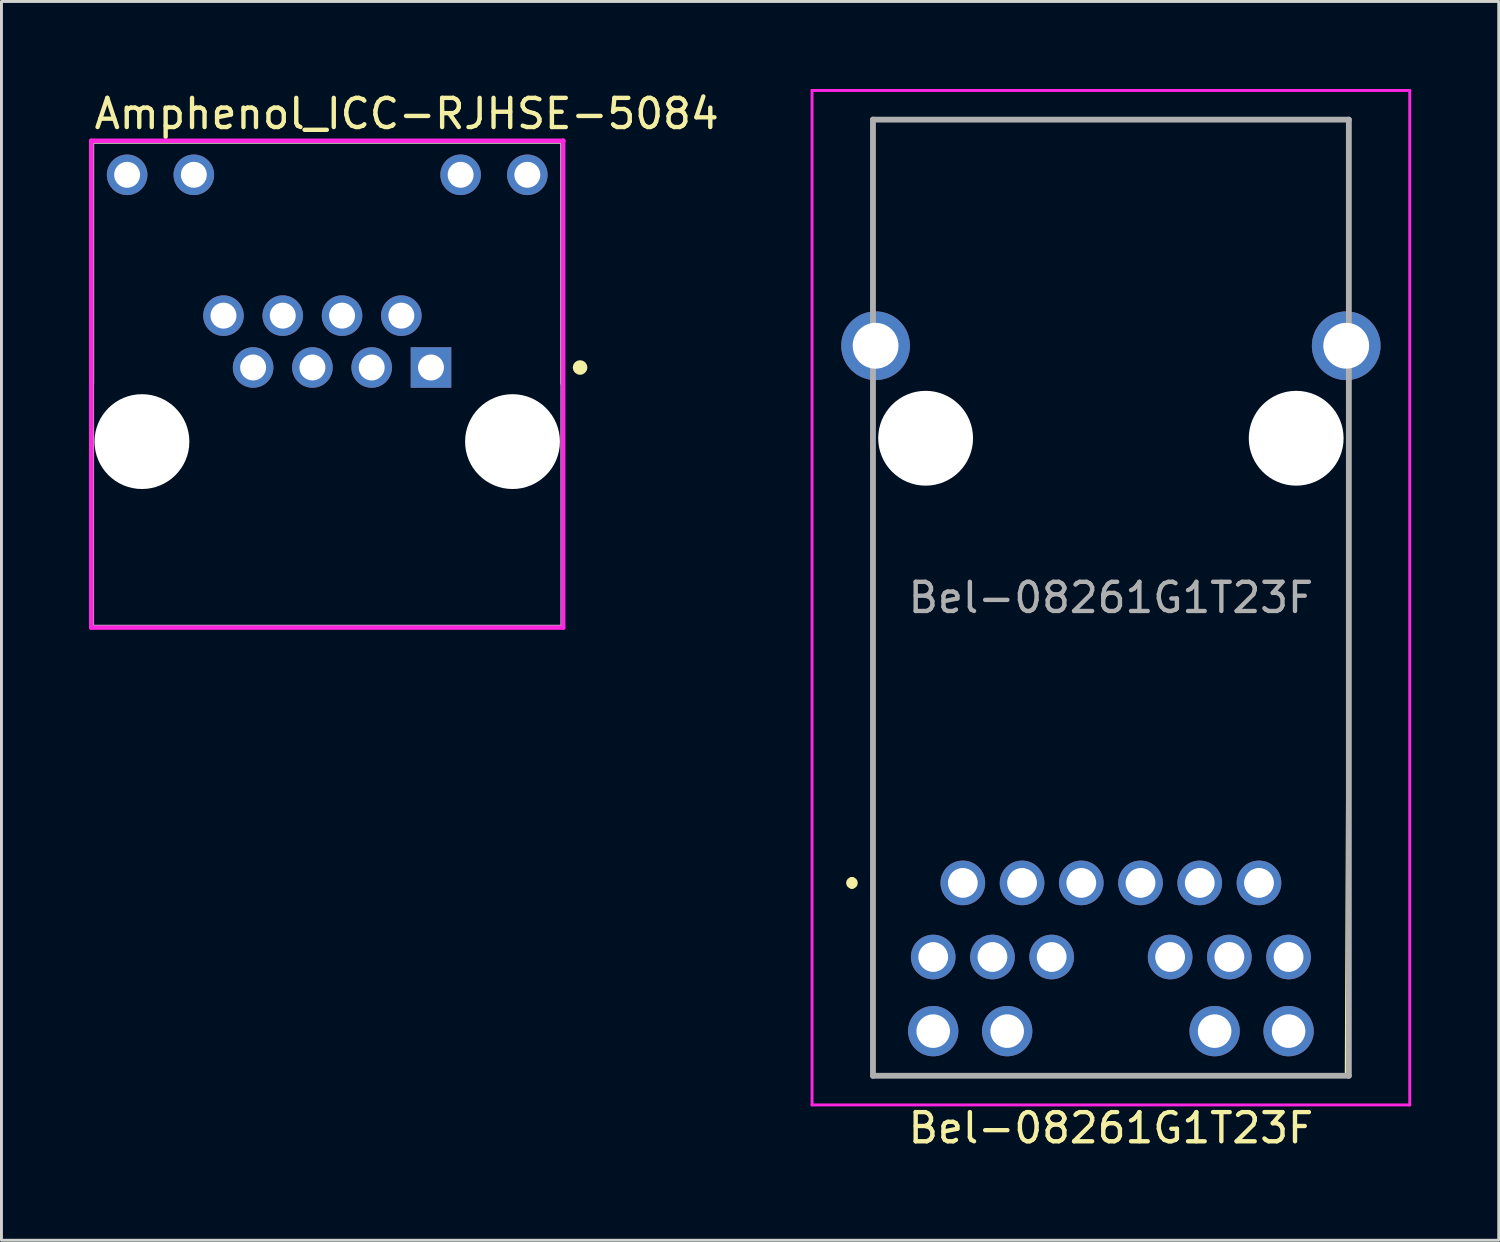
<source format=kicad_pcb>
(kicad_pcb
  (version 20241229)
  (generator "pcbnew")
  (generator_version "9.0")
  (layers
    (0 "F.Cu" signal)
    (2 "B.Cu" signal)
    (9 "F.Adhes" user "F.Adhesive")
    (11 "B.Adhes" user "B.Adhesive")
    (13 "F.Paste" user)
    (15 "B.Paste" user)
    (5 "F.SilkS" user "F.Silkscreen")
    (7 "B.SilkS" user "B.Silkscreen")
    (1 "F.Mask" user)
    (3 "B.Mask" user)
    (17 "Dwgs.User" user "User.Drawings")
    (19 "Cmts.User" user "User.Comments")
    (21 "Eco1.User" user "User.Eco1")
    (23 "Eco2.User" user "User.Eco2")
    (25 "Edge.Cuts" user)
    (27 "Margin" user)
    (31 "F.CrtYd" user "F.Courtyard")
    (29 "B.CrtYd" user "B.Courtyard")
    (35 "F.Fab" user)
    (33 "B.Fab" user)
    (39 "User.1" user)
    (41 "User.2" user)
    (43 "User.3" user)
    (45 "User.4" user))
  (footprint "Bel-08261G1T23F"
    (layer "F.Cu")
    (at 29.949 27.21)
    (property "Reference" "Bel-08261G1T23F" (at 5.075 8.4 0) (layer "F.SilkS") (effects (font (size 1 1) (thickness 0.15))))
    (attr through_hole)
    (fp_line (start -3.8 -0.1) (end -3.8 -0.1) (stroke (width 0.2) (type solid)) (layer "F.SilkS"))
    (fp_line (start -3.8 0.1) (end -3.8 0.1) (stroke (width 0.2) (type solid)) (layer "F.SilkS"))
    (fp_line (start -3.08 -26.16) (end 13.23 -26.16) (stroke (width 0.1) (type solid)) (layer "F.SilkS"))
    (fp_line (start -3.08 -21.08) (end -3.08 -26.16) (stroke (width 0.1) (type solid)) (layer "F.SilkS"))
    (fp_line (start -3.08 -13.46) (end -3.08 6.61) (stroke (width 0.1) (type solid)) (layer "F.SilkS"))
    (fp_line (start -3.08 6.61) (end 13.14 6.61) (stroke (width 0.1) (type solid)) (layer "F.SilkS"))
    (fp_line (start 13.14 6.61) (end 13.23 -13.46) (stroke (width 0.1) (type solid)) (layer "F.SilkS"))
    (fp_line (start 13.23 -26.16) (end 13.23 -21.08) (stroke (width 0.1) (type solid)) (layer "F.SilkS"))
    (fp_arc (start -3.8 -0.1) (mid -3.7 0) (end -3.8 0.1) (stroke (width 0.2) (type solid)) (layer "F.SilkS"))
    (fp_arc (start -3.8 0.1) (mid -3.9 0) (end -3.8 -0.1) (stroke (width 0.2) (type solid)) (layer "F.SilkS"))
    (fp_line (start -5.168 -27.16) (end 15.317 -27.16) (stroke (width 0.1) (type solid)) (layer "F.CrtYd"))
    (fp_line (start -5.168 7.61) (end -5.168 -27.16) (stroke (width 0.1) (type solid)) (layer "F.CrtYd"))
    (fp_line (start 15.317 -27.16) (end 15.317 7.61) (stroke (width 0.1) (type solid)) (layer "F.CrtYd"))
    (fp_line (start 15.317 7.61) (end -5.168 7.61) (stroke (width 0.1) (type solid)) (layer "F.CrtYd"))
    (fp_line (start -3.08 -26.16) (end 13.23 -26.16) (stroke (width 0.2) (type solid)) (layer "F.Fab"))
    (fp_line (start -3.08 6.61) (end -3.08 -26.16) (stroke (width 0.2) (type solid)) (layer "F.Fab"))
    (fp_line (start 13.23 -26.16) (end 13.23 6.61) (stroke (width 0.2) (type solid)) (layer "F.Fab"))
    (fp_line (start 13.23 6.61) (end -3.08 6.61) (stroke (width 0.2) (type solid)) (layer "F.Fab"))
    (fp_text user "${REFERENCE}" (at 5.075 -9.775 0) (layer "F.Fab") (effects (font (size 1 1) (thickness 0.15))))
    (pad "" np_thru_hole circle (at -1.275 -15.24) (size 3.25 3.25) (drill 3.25) (layers "*.Cu" "*.Mask"))
    (pad "" np_thru_hole circle (at 11.425 -15.24) (size 3.25 3.25) (drill 3.25) (layers "*.Cu" "*.Mask"))
    (pad "1" thru_hole circle (at 0 0) (size 1.53 1.53) (drill 1.02) (layers "*.Cu" "*.Mask"))
    (pad "2" thru_hole circle (at 2.03 0) (size 1.53 1.53) (drill 1.02) (layers "*.Cu" "*.Mask"))
    (pad "3" thru_hole circle (at 4.06 0) (size 1.53 1.53) (drill 1.02) (layers "*.Cu" "*.Mask"))
    (pad "4" thru_hole circle (at 6.09 0) (size 1.53 1.53) (drill 1.02) (layers "*.Cu" "*.Mask"))
    (pad "5" thru_hole circle (at 8.12 0) (size 1.53 1.53) (drill 1.02) (layers "*.Cu" "*.Mask"))
    (pad "6" thru_hole circle (at 10.15 0) (size 1.53 1.53) (drill 1.02) (layers "*.Cu" "*.Mask"))
    (pad "7" thru_hole circle (at -1.015 2.54) (size 1.53 1.53) (drill 1.02) (layers "*.Cu" "*.Mask"))
    (pad "8" thru_hole circle (at 1.015 2.54) (size 1.53 1.53) (drill 1.02) (layers "*.Cu" "*.Mask"))
    (pad "9" thru_hole circle (at 3.045 2.54) (size 1.53 1.53) (drill 1.02) (layers "*.Cu" "*.Mask"))
    (pad "10" thru_hole circle (at 7.105 2.54) (size 1.53 1.53) (drill 1.02) (layers "*.Cu" "*.Mask"))
    (pad "11" thru_hole circle (at 9.135 2.54) (size 1.53 1.53) (drill 1.02) (layers "*.Cu" "*.Mask"))
    (pad "12" thru_hole circle (at 11.165 2.54) (size 1.53 1.53) (drill 1.02) (layers "*.Cu" "*.Mask"))
    (pad "13" thru_hole circle (at -1.015 5.08) (size 1.725 1.725) (drill 1.15) (layers "*.Cu" "*.Mask"))
    (pad "14" thru_hole circle (at 1.52 5.08) (size 1.725 1.725) (drill 1.15) (layers "*.Cu" "*.Mask"))
    (pad "15" thru_hole circle (at 8.63 5.08) (size 1.725 1.725) (drill 1.15) (layers "*.Cu" "*.Mask"))
    (pad "16" thru_hole circle (at 11.165 5.08) (size 1.725 1.725) (drill 1.15) (layers "*.Cu" "*.Mask"))
    (pad "SH1" thru_hole circle (at -2.99 -18.41) (size 2.355 2.355) (drill 1.57) (layers "*.Cu" "*.Mask"))
    (pad "SH2" thru_hole circle (at 13.14 -18.41) (size 2.355 2.355) (drill 1.57) (layers "*.Cu" "*.Mask"))
    (zone (net_name "") (layers "F.Cu" "B.Cu") (hatch edge 0.5) (connect_pads) (min_thickness 0.25) (filled_areas_thickness no) (keepout (tracks allowed) (vias not_allowed) (pads not_allowed) (copperpour allowed) (footprints allowed)) (placement (enabled no)) (fill) (polygon (pts (xy 28.949 32.31) (xy 28.149 32.31) (xy 28.149 26.11) (xy 28.949 26.11))))
    (zone (net_name "") (layers "F.Cu" "B.Cu") (hatch edge 0.5) (connect_pads) (min_thickness 0.25) (filled_areas_thickness no) (keepout (tracks allowed) (vias not_allowed) (pads not_allowed) (copperpour allowed) (footprints allowed)) (placement (enabled no)) (fill) (polygon (pts (xy 41.949 32.31) (xy 41.149 32.31) (xy 41.149 26.11) (xy 41.949 26.11))))
    (zone (net_name "") (layers "F.Cu" "B.Cu") (hatch edge 0.5) (connect_pads) (min_thickness 0.25) (filled_areas_thickness no) (keepout (tracks allowed) (vias not_allowed) (pads not_allowed) (copperpour allowed) (footprints allowed)) (placement (enabled no)) (fill) (polygon (pts (xy 41.149 8.81) (xy 41.149 4.41) (xy 28.949 4.41) (xy 28.949 8.808) (xy 25.749 8.81) (xy 25.749 1.41) (xy 44.249 1.41) (xy 44.266 8.8)))))
  (footprint "Amphenol_ICC-RJHSE-5084"
    (layer "F.Cu")
    (at 8.165 10.117)
    (property "Reference" "Amphenol_ICC-RJHSE-5084" (at -8.065 -9.268 0) (layer "F.SilkS") (effects (font (size 1 1) (thickness 0.15)) (justify left)))
    (attr through_hole)
    (fp_line (start -8.065 -8.318) (end 8.065 -8.318) (stroke (width 0.15) (type solid)) (layer "F.SilkS"))
    (fp_line (start -8.065 -0.032) (end -8.065 -8.318) (stroke (width 0.15) (type solid)) (layer "F.SilkS"))
    (fp_line (start 8.065 -0.032) (end 8.065 -8.318) (stroke (width 0.15) (type solid)) (layer "F.SilkS"))
    (fp_circle (center 8.665 -0.572) (end 8.79 -0.572) (stroke (width 0.25) (type solid)) (fill no) (layer "F.SilkS"))
    (fp_line (start -8.089 -8.343) (end -8.089 8.344) (stroke (width 0.15) (type solid)) (layer "F.CrtYd"))
    (fp_line (start -8.089 8.344) (end 8.089 8.344) (stroke (width 0.15) (type solid)) (layer "F.CrtYd"))
    (fp_line (start 8.089 -8.343) (end -8.089 -8.343) (stroke (width 0.15) (type solid)) (layer "F.CrtYd"))
    (fp_line (start 8.089 -8.343) (end 8.089 -8.343) (stroke (width 0.15) (type solid)) (layer "F.CrtYd"))
    (fp_line (start 8.089 8.344) (end 8.089 -8.343) (stroke (width 0.15) (type solid)) (layer "F.CrtYd"))
    (fp_line (start -8.065 -8.318) (end 8.065 -8.318) (stroke (width 0.15) (type solid)) (layer "F.Fab"))
    (fp_line (start -8.065 8.319) (end -8.065 -8.318) (stroke (width 0.15) (type solid)) (layer "F.Fab"))
    (fp_line (start 8.065 -8.318) (end 8.065 8.319) (stroke (width 0.15) (type solid)) (layer "F.Fab"))
    (fp_line (start 8.065 8.319) (end -8.065 8.319) (stroke (width 0.15) (type solid)) (layer "F.Fab"))
    (pad "" np_thru_hole circle (at -6.35 1.968) (size 3.25 3.25) (drill 3.25) (layers "*.Cu" "*.Mask"))
    (pad "" np_thru_hole circle (at 6.35 1.968) (size 3.25 3.25) (drill 3.25) (layers "*.Cu" "*.Mask"))
    (pad "1" thru_hole rect (at 3.556 -0.572) (size 1.39 1.39) (drill 0.89) (layers "*.Cu" "*.Mask"))
    (pad "2" thru_hole circle (at 2.54 -2.349) (size 1.39 1.39) (drill 0.89) (layers "*.Cu" "*.Mask"))
    (pad "3" thru_hole circle (at 1.524 -0.572) (size 1.39 1.39) (drill 0.89) (layers "*.Cu" "*.Mask"))
    (pad "4" thru_hole circle (at 0.508 -2.349) (size 1.39 1.39) (drill 0.89) (layers "*.Cu" "*.Mask"))
    (pad "5" thru_hole circle (at -0.508 -0.572) (size 1.39 1.39) (drill 0.89) (layers "*.Cu" "*.Mask"))
    (pad "6" thru_hole circle (at -1.524 -2.349) (size 1.39 1.39) (drill 0.89) (layers "*.Cu" "*.Mask"))
    (pad "7" thru_hole circle (at -2.54 -0.572) (size 1.39 1.39) (drill 0.89) (layers "*.Cu" "*.Mask"))
    (pad "8" thru_hole circle (at -3.556 -2.349) (size 1.39 1.39) (drill 0.89) (layers "*.Cu" "*.Mask"))
    (pad "9" thru_hole circle (at 6.858 -7.176) (size 1.39 1.39) (drill 0.89) (layers "*.Cu" "*.Mask"))
    (pad "10" thru_hole circle (at 4.572 -7.176) (size 1.39 1.39) (drill 0.89) (layers "*.Cu" "*.Mask"))
    (pad "11" thru_hole circle (at -4.572 -7.176) (size 1.39 1.39) (drill 0.89) (layers "*.Cu" "*.Mask"))
    (pad "12" thru_hole circle (at -6.858 -7.176) (size 1.39 1.39) (drill 0.89) (layers "*.Cu" "*.Mask")))
  (gr_rect
    (start -3 -3)
    (end 48.316 39.458)
    (stroke (width 0.1) (type default))
    (fill no)
    (layer "Edge.Cuts")))
</source>
